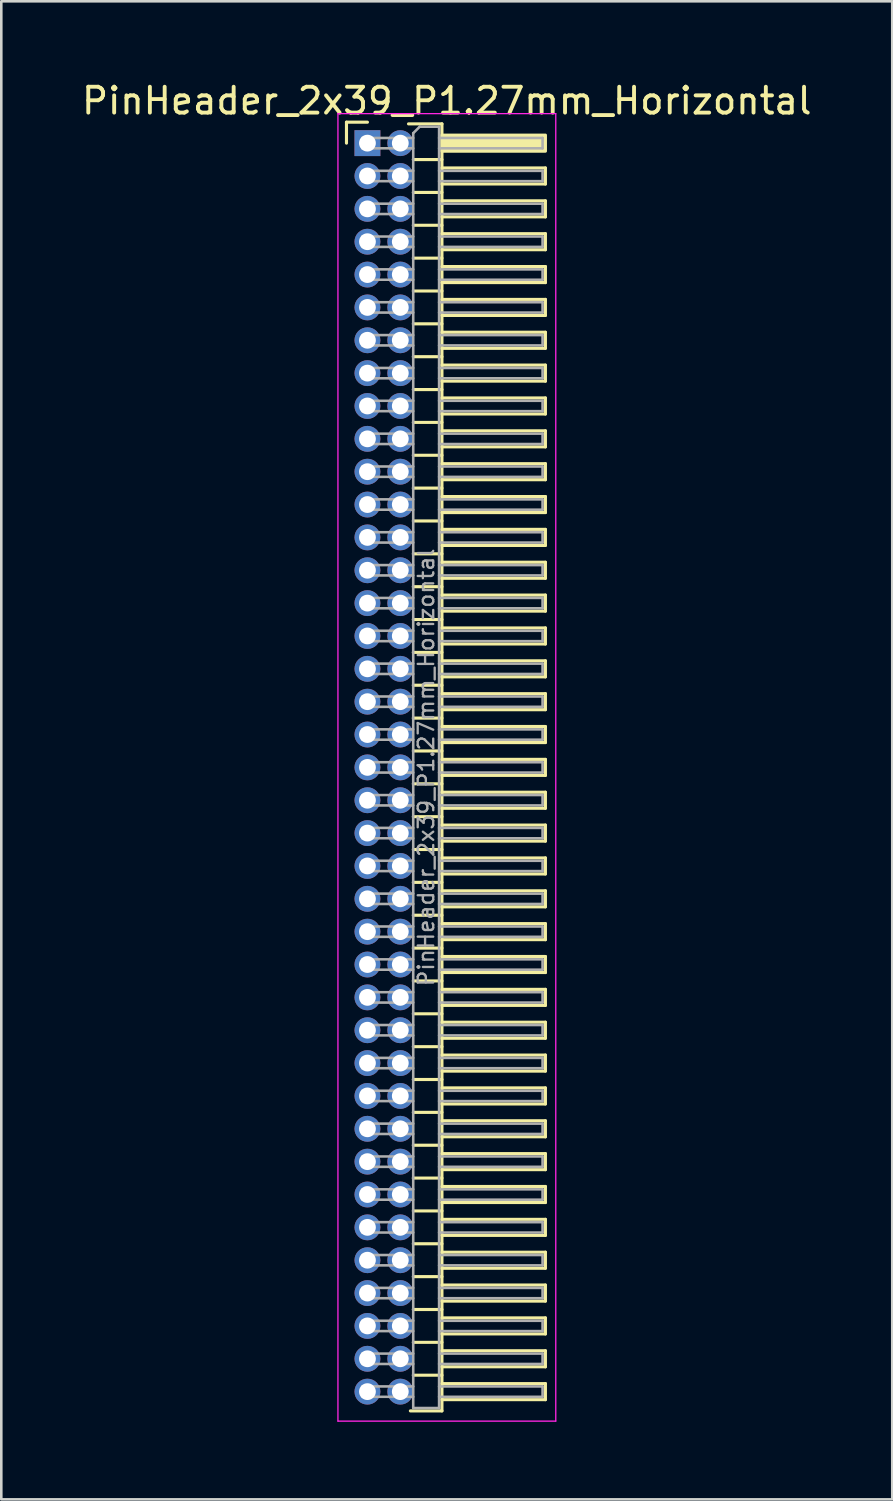
<source format=kicad_pcb>
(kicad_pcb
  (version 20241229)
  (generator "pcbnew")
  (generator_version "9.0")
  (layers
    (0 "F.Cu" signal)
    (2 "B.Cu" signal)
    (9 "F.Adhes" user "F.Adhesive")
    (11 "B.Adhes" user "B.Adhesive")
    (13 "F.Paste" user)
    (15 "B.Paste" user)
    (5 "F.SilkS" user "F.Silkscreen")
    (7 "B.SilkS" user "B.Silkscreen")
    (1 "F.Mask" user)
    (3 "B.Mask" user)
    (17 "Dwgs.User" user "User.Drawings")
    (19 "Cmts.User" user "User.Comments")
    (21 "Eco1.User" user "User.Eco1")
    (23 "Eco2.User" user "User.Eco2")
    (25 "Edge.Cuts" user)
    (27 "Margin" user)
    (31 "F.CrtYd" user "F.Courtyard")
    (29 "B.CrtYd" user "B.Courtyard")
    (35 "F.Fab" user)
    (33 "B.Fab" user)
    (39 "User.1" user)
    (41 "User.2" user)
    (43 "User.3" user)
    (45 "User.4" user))
  (footprint "PinHeader_2x39_P1.27mm_Horizontal"
    (layer "F.Cu")
    (at 11.153 2.483)
    (property "Reference" "PinHeader_2x39_P1.27mm_Horizontal" (at 3.067 -1.635 0) (layer "F.SilkS") (effects (font (size 1 1) (thickness 0.15))))
    (attr through_hole)
    (fp_line (start -0.81 -0.81) (end 0 -0.81) (stroke (width 0.12) (type solid)) (layer "F.SilkS"))
    (fp_line (start -0.81 0) (end -0.81 -0.81) (stroke (width 0.12) (type solid)) (layer "F.SilkS"))
    (fp_line (start 1.588 -0.745) (end 2.88 -0.745) (stroke (width 0.12) (type solid)) (layer "F.SilkS"))
    (fp_line (start 1.773 0.635) (end 2.88 0.635) (stroke (width 0.12) (type solid)) (layer "F.SilkS"))
    (fp_line (start 1.773 1.905) (end 2.88 1.905) (stroke (width 0.12) (type solid)) (layer "F.SilkS"))
    (fp_line (start 1.773 3.175) (end 2.88 3.175) (stroke (width 0.12) (type solid)) (layer "F.SilkS"))
    (fp_line (start 1.773 4.445) (end 2.88 4.445) (stroke (width 0.12) (type solid)) (layer "F.SilkS"))
    (fp_line (start 1.773 5.715) (end 2.88 5.715) (stroke (width 0.12) (type solid)) (layer "F.SilkS"))
    (fp_line (start 1.773 6.985) (end 2.88 6.985) (stroke (width 0.12) (type solid)) (layer "F.SilkS"))
    (fp_line (start 1.773 8.255) (end 2.88 8.255) (stroke (width 0.12) (type solid)) (layer "F.SilkS"))
    (fp_line (start 1.773 9.525) (end 2.88 9.525) (stroke (width 0.12) (type solid)) (layer "F.SilkS"))
    (fp_line (start 1.773 10.795) (end 2.88 10.795) (stroke (width 0.12) (type solid)) (layer "F.SilkS"))
    (fp_line (start 1.773 12.065) (end 2.88 12.065) (stroke (width 0.12) (type solid)) (layer "F.SilkS"))
    (fp_line (start 1.773 13.335) (end 2.88 13.335) (stroke (width 0.12) (type solid)) (layer "F.SilkS"))
    (fp_line (start 1.773 14.605) (end 2.88 14.605) (stroke (width 0.12) (type solid)) (layer "F.SilkS"))
    (fp_line (start 1.773 15.875) (end 2.88 15.875) (stroke (width 0.12) (type solid)) (layer "F.SilkS"))
    (fp_line (start 1.773 17.145) (end 2.88 17.145) (stroke (width 0.12) (type solid)) (layer "F.SilkS"))
    (fp_line (start 1.773 18.415) (end 2.88 18.415) (stroke (width 0.12) (type solid)) (layer "F.SilkS"))
    (fp_line (start 1.773 19.685) (end 2.88 19.685) (stroke (width 0.12) (type solid)) (layer "F.SilkS"))
    (fp_line (start 1.773 20.955) (end 2.88 20.955) (stroke (width 0.12) (type solid)) (layer "F.SilkS"))
    (fp_line (start 1.773 22.225) (end 2.88 22.225) (stroke (width 0.12) (type solid)) (layer "F.SilkS"))
    (fp_line (start 1.773 23.495) (end 2.88 23.495) (stroke (width 0.12) (type solid)) (layer "F.SilkS"))
    (fp_line (start 1.773 24.765) (end 2.88 24.765) (stroke (width 0.12) (type solid)) (layer "F.SilkS"))
    (fp_line (start 1.773 26.035) (end 2.88 26.035) (stroke (width 0.12) (type solid)) (layer "F.SilkS"))
    (fp_line (start 1.773 27.305) (end 2.88 27.305) (stroke (width 0.12) (type solid)) (layer "F.SilkS"))
    (fp_line (start 1.773 28.575) (end 2.88 28.575) (stroke (width 0.12) (type solid)) (layer "F.SilkS"))
    (fp_line (start 1.773 29.845) (end 2.88 29.845) (stroke (width 0.12) (type solid)) (layer "F.SilkS"))
    (fp_line (start 1.773 31.115) (end 2.88 31.115) (stroke (width 0.12) (type solid)) (layer "F.SilkS"))
    (fp_line (start 1.773 32.385) (end 2.88 32.385) (stroke (width 0.12) (type solid)) (layer "F.SilkS"))
    (fp_line (start 1.773 33.655) (end 2.88 33.655) (stroke (width 0.12) (type solid)) (layer "F.SilkS"))
    (fp_line (start 1.773 34.925) (end 2.88 34.925) (stroke (width 0.12) (type solid)) (layer "F.SilkS"))
    (fp_line (start 1.773 36.195) (end 2.88 36.195) (stroke (width 0.12) (type solid)) (layer "F.SilkS"))
    (fp_line (start 1.773 37.465) (end 2.88 37.465) (stroke (width 0.12) (type solid)) (layer "F.SilkS"))
    (fp_line (start 1.773 38.735) (end 2.88 38.735) (stroke (width 0.12) (type solid)) (layer "F.SilkS"))
    (fp_line (start 1.773 40.005) (end 2.88 40.005) (stroke (width 0.12) (type solid)) (layer "F.SilkS"))
    (fp_line (start 1.773 41.275) (end 2.88 41.275) (stroke (width 0.12) (type solid)) (layer "F.SilkS"))
    (fp_line (start 1.773 42.545) (end 2.88 42.545) (stroke (width 0.12) (type solid)) (layer "F.SilkS"))
    (fp_line (start 1.773 43.815) (end 2.88 43.815) (stroke (width 0.12) (type solid)) (layer "F.SilkS"))
    (fp_line (start 1.773 45.085) (end 2.88 45.085) (stroke (width 0.12) (type solid)) (layer "F.SilkS"))
    (fp_line (start 1.773 46.355) (end 2.88 46.355) (stroke (width 0.12) (type solid)) (layer "F.SilkS"))
    (fp_line (start 1.773 47.625) (end 2.88 47.625) (stroke (width 0.12) (type solid)) (layer "F.SilkS"))
    (fp_line (start 2.88 -0.745) (end 2.88 49.005) (stroke (width 0.12) (type solid)) (layer "F.SilkS"))
    (fp_line (start 2.88 0.96) (end 6.88 0.96) (stroke (width 0.12) (type solid)) (layer "F.SilkS"))
    (fp_line (start 2.88 2.23) (end 6.88 2.23) (stroke (width 0.12) (type solid)) (layer "F.SilkS"))
    (fp_line (start 2.88 3.5) (end 6.88 3.5) (stroke (width 0.12) (type solid)) (layer "F.SilkS"))
    (fp_line (start 2.88 4.77) (end 6.88 4.77) (stroke (width 0.12) (type solid)) (layer "F.SilkS"))
    (fp_line (start 2.88 6.04) (end 6.88 6.04) (stroke (width 0.12) (type solid)) (layer "F.SilkS"))
    (fp_line (start 2.88 7.31) (end 6.88 7.31) (stroke (width 0.12) (type solid)) (layer "F.SilkS"))
    (fp_line (start 2.88 8.58) (end 6.88 8.58) (stroke (width 0.12) (type solid)) (layer "F.SilkS"))
    (fp_line (start 2.88 9.85) (end 6.88 9.85) (stroke (width 0.12) (type solid)) (layer "F.SilkS"))
    (fp_line (start 2.88 11.12) (end 6.88 11.12) (stroke (width 0.12) (type solid)) (layer "F.SilkS"))
    (fp_line (start 2.88 12.39) (end 6.88 12.39) (stroke (width 0.12) (type solid)) (layer "F.SilkS"))
    (fp_line (start 2.88 13.66) (end 6.88 13.66) (stroke (width 0.12) (type solid)) (layer "F.SilkS"))
    (fp_line (start 2.88 14.93) (end 6.88 14.93) (stroke (width 0.12) (type solid)) (layer "F.SilkS"))
    (fp_line (start 2.88 16.2) (end 6.88 16.2) (stroke (width 0.12) (type solid)) (layer "F.SilkS"))
    (fp_line (start 2.88 17.47) (end 6.88 17.47) (stroke (width 0.12) (type solid)) (layer "F.SilkS"))
    (fp_line (start 2.88 18.74) (end 6.88 18.74) (stroke (width 0.12) (type solid)) (layer "F.SilkS"))
    (fp_line (start 2.88 20.01) (end 6.88 20.01) (stroke (width 0.12) (type solid)) (layer "F.SilkS"))
    (fp_line (start 2.88 21.28) (end 6.88 21.28) (stroke (width 0.12) (type solid)) (layer "F.SilkS"))
    (fp_line (start 2.88 22.55) (end 6.88 22.55) (stroke (width 0.12) (type solid)) (layer "F.SilkS"))
    (fp_line (start 2.88 23.82) (end 6.88 23.82) (stroke (width 0.12) (type solid)) (layer "F.SilkS"))
    (fp_line (start 2.88 25.09) (end 6.88 25.09) (stroke (width 0.12) (type solid)) (layer "F.SilkS"))
    (fp_line (start 2.88 26.36) (end 6.88 26.36) (stroke (width 0.12) (type solid)) (layer "F.SilkS"))
    (fp_line (start 2.88 27.63) (end 6.88 27.63) (stroke (width 0.12) (type solid)) (layer "F.SilkS"))
    (fp_line (start 2.88 28.9) (end 6.88 28.9) (stroke (width 0.12) (type solid)) (layer "F.SilkS"))
    (fp_line (start 2.88 30.17) (end 6.88 30.17) (stroke (width 0.12) (type solid)) (layer "F.SilkS"))
    (fp_line (start 2.88 31.44) (end 6.88 31.44) (stroke (width 0.12) (type solid)) (layer "F.SilkS"))
    (fp_line (start 2.88 32.71) (end 6.88 32.71) (stroke (width 0.12) (type solid)) (layer "F.SilkS"))
    (fp_line (start 2.88 33.98) (end 6.88 33.98) (stroke (width 0.12) (type solid)) (layer "F.SilkS"))
    (fp_line (start 2.88 35.25) (end 6.88 35.25) (stroke (width 0.12) (type solid)) (layer "F.SilkS"))
    (fp_line (start 2.88 36.52) (end 6.88 36.52) (stroke (width 0.12) (type solid)) (layer "F.SilkS"))
    (fp_line (start 2.88 37.79) (end 6.88 37.79) (stroke (width 0.12) (type solid)) (layer "F.SilkS"))
    (fp_line (start 2.88 39.06) (end 6.88 39.06) (stroke (width 0.12) (type solid)) (layer "F.SilkS"))
    (fp_line (start 2.88 40.33) (end 6.88 40.33) (stroke (width 0.12) (type solid)) (layer "F.SilkS"))
    (fp_line (start 2.88 41.6) (end 6.88 41.6) (stroke (width 0.12) (type solid)) (layer "F.SilkS"))
    (fp_line (start 2.88 42.87) (end 6.88 42.87) (stroke (width 0.12) (type solid)) (layer "F.SilkS"))
    (fp_line (start 2.88 44.14) (end 6.88 44.14) (stroke (width 0.12) (type solid)) (layer "F.SilkS"))
    (fp_line (start 2.88 45.41) (end 6.88 45.41) (stroke (width 0.12) (type solid)) (layer "F.SilkS"))
    (fp_line (start 2.88 46.68) (end 6.88 46.68) (stroke (width 0.12) (type solid)) (layer "F.SilkS"))
    (fp_line (start 2.88 47.95) (end 6.88 47.95) (stroke (width 0.12) (type solid)) (layer "F.SilkS"))
    (fp_line (start 2.88 49.005) (end 1.66 49.005) (stroke (width 0.12) (type solid)) (layer "F.SilkS"))
    (fp_line (start 6.88 0.96) (end 6.88 1.58) (stroke (width 0.12) (type solid)) (layer "F.SilkS"))
    (fp_line (start 6.88 1.58) (end 2.88 1.58) (stroke (width 0.12) (type solid)) (layer "F.SilkS"))
    (fp_line (start 6.88 2.23) (end 6.88 2.85) (stroke (width 0.12) (type solid)) (layer "F.SilkS"))
    (fp_line (start 6.88 2.85) (end 2.88 2.85) (stroke (width 0.12) (type solid)) (layer "F.SilkS"))
    (fp_line (start 6.88 3.5) (end 6.88 4.12) (stroke (width 0.12) (type solid)) (layer "F.SilkS"))
    (fp_line (start 6.88 4.12) (end 2.88 4.12) (stroke (width 0.12) (type solid)) (layer "F.SilkS"))
    (fp_line (start 6.88 4.77) (end 6.88 5.39) (stroke (width 0.12) (type solid)) (layer "F.SilkS"))
    (fp_line (start 6.88 5.39) (end 2.88 5.39) (stroke (width 0.12) (type solid)) (layer "F.SilkS"))
    (fp_line (start 6.88 6.04) (end 6.88 6.66) (stroke (width 0.12) (type solid)) (layer "F.SilkS"))
    (fp_line (start 6.88 6.66) (end 2.88 6.66) (stroke (width 0.12) (type solid)) (layer "F.SilkS"))
    (fp_line (start 6.88 7.31) (end 6.88 7.93) (stroke (width 0.12) (type solid)) (layer "F.SilkS"))
    (fp_line (start 6.88 7.93) (end 2.88 7.93) (stroke (width 0.12) (type solid)) (layer "F.SilkS"))
    (fp_line (start 6.88 8.58) (end 6.88 9.2) (stroke (width 0.12) (type solid)) (layer "F.SilkS"))
    (fp_line (start 6.88 9.2) (end 2.88 9.2) (stroke (width 0.12) (type solid)) (layer "F.SilkS"))
    (fp_line (start 6.88 9.85) (end 6.88 10.47) (stroke (width 0.12) (type solid)) (layer "F.SilkS"))
    (fp_line (start 6.88 10.47) (end 2.88 10.47) (stroke (width 0.12) (type solid)) (layer "F.SilkS"))
    (fp_line (start 6.88 11.12) (end 6.88 11.74) (stroke (width 0.12) (type solid)) (layer "F.SilkS"))
    (fp_line (start 6.88 11.74) (end 2.88 11.74) (stroke (width 0.12) (type solid)) (layer "F.SilkS"))
    (fp_line (start 6.88 12.39) (end 6.88 13.01) (stroke (width 0.12) (type solid)) (layer "F.SilkS"))
    (fp_line (start 6.88 13.01) (end 2.88 13.01) (stroke (width 0.12) (type solid)) (layer "F.SilkS"))
    (fp_line (start 6.88 13.66) (end 6.88 14.28) (stroke (width 0.12) (type solid)) (layer "F.SilkS"))
    (fp_line (start 6.88 14.28) (end 2.88 14.28) (stroke (width 0.12) (type solid)) (layer "F.SilkS"))
    (fp_line (start 6.88 14.93) (end 6.88 15.55) (stroke (width 0.12) (type solid)) (layer "F.SilkS"))
    (fp_line (start 6.88 15.55) (end 2.88 15.55) (stroke (width 0.12) (type solid)) (layer "F.SilkS"))
    (fp_line (start 6.88 16.2) (end 6.88 16.82) (stroke (width 0.12) (type solid)) (layer "F.SilkS"))
    (fp_line (start 6.88 16.82) (end 2.88 16.82) (stroke (width 0.12) (type solid)) (layer "F.SilkS"))
    (fp_line (start 6.88 17.47) (end 6.88 18.09) (stroke (width 0.12) (type solid)) (layer "F.SilkS"))
    (fp_line (start 6.88 18.09) (end 2.88 18.09) (stroke (width 0.12) (type solid)) (layer "F.SilkS"))
    (fp_line (start 6.88 18.74) (end 6.88 19.36) (stroke (width 0.12) (type solid)) (layer "F.SilkS"))
    (fp_line (start 6.88 19.36) (end 2.88 19.36) (stroke (width 0.12) (type solid)) (layer "F.SilkS"))
    (fp_line (start 6.88 20.01) (end 6.88 20.63) (stroke (width 0.12) (type solid)) (layer "F.SilkS"))
    (fp_line (start 6.88 20.63) (end 2.88 20.63) (stroke (width 0.12) (type solid)) (layer "F.SilkS"))
    (fp_line (start 6.88 21.28) (end 6.88 21.9) (stroke (width 0.12) (type solid)) (layer "F.SilkS"))
    (fp_line (start 6.88 21.9) (end 2.88 21.9) (stroke (width 0.12) (type solid)) (layer "F.SilkS"))
    (fp_line (start 6.88 22.55) (end 6.88 23.17) (stroke (width 0.12) (type solid)) (layer "F.SilkS"))
    (fp_line (start 6.88 23.17) (end 2.88 23.17) (stroke (width 0.12) (type solid)) (layer "F.SilkS"))
    (fp_line (start 6.88 23.82) (end 6.88 24.44) (stroke (width 0.12) (type solid)) (layer "F.SilkS"))
    (fp_line (start 6.88 24.44) (end 2.88 24.44) (stroke (width 0.12) (type solid)) (layer "F.SilkS"))
    (fp_line (start 6.88 25.09) (end 6.88 25.71) (stroke (width 0.12) (type solid)) (layer "F.SilkS"))
    (fp_line (start 6.88 25.71) (end 2.88 25.71) (stroke (width 0.12) (type solid)) (layer "F.SilkS"))
    (fp_line (start 6.88 26.36) (end 6.88 26.98) (stroke (width 0.12) (type solid)) (layer "F.SilkS"))
    (fp_line (start 6.88 26.98) (end 2.88 26.98) (stroke (width 0.12) (type solid)) (layer "F.SilkS"))
    (fp_line (start 6.88 27.63) (end 6.88 28.25) (stroke (width 0.12) (type solid)) (layer "F.SilkS"))
    (fp_line (start 6.88 28.25) (end 2.88 28.25) (stroke (width 0.12) (type solid)) (layer "F.SilkS"))
    (fp_line (start 6.88 28.9) (end 6.88 29.52) (stroke (width 0.12) (type solid)) (layer "F.SilkS"))
    (fp_line (start 6.88 29.52) (end 2.88 29.52) (stroke (width 0.12) (type solid)) (layer "F.SilkS"))
    (fp_line (start 6.88 30.17) (end 6.88 30.79) (stroke (width 0.12) (type solid)) (layer "F.SilkS"))
    (fp_line (start 6.88 30.79) (end 2.88 30.79) (stroke (width 0.12) (type solid)) (layer "F.SilkS"))
    (fp_line (start 6.88 31.44) (end 6.88 32.06) (stroke (width 0.12) (type solid)) (layer "F.SilkS"))
    (fp_line (start 6.88 32.06) (end 2.88 32.06) (stroke (width 0.12) (type solid)) (layer "F.SilkS"))
    (fp_line (start 6.88 32.71) (end 6.88 33.33) (stroke (width 0.12) (type solid)) (layer "F.SilkS"))
    (fp_line (start 6.88 33.33) (end 2.88 33.33) (stroke (width 0.12) (type solid)) (layer "F.SilkS"))
    (fp_line (start 6.88 33.98) (end 6.88 34.6) (stroke (width 0.12) (type solid)) (layer "F.SilkS"))
    (fp_line (start 6.88 34.6) (end 2.88 34.6) (stroke (width 0.12) (type solid)) (layer "F.SilkS"))
    (fp_line (start 6.88 35.25) (end 6.88 35.87) (stroke (width 0.12) (type solid)) (layer "F.SilkS"))
    (fp_line (start 6.88 35.87) (end 2.88 35.87) (stroke (width 0.12) (type solid)) (layer "F.SilkS"))
    (fp_line (start 6.88 36.52) (end 6.88 37.14) (stroke (width 0.12) (type solid)) (layer "F.SilkS"))
    (fp_line (start 6.88 37.14) (end 2.88 37.14) (stroke (width 0.12) (type solid)) (layer "F.SilkS"))
    (fp_line (start 6.88 37.79) (end 6.88 38.41) (stroke (width 0.12) (type solid)) (layer "F.SilkS"))
    (fp_line (start 6.88 38.41) (end 2.88 38.41) (stroke (width 0.12) (type solid)) (layer "F.SilkS"))
    (fp_line (start 6.88 39.06) (end 6.88 39.68) (stroke (width 0.12) (type solid)) (layer "F.SilkS"))
    (fp_line (start 6.88 39.68) (end 2.88 39.68) (stroke (width 0.12) (type solid)) (layer "F.SilkS"))
    (fp_line (start 6.88 40.33) (end 6.88 40.95) (stroke (width 0.12) (type solid)) (layer "F.SilkS"))
    (fp_line (start 6.88 40.95) (end 2.88 40.95) (stroke (width 0.12) (type solid)) (layer "F.SilkS"))
    (fp_line (start 6.88 41.6) (end 6.88 42.22) (stroke (width 0.12) (type solid)) (layer "F.SilkS"))
    (fp_line (start 6.88 42.22) (end 2.88 42.22) (stroke (width 0.12) (type solid)) (layer "F.SilkS"))
    (fp_line (start 6.88 42.87) (end 6.88 43.49) (stroke (width 0.12) (type solid)) (layer "F.SilkS"))
    (fp_line (start 6.88 43.49) (end 2.88 43.49) (stroke (width 0.12) (type solid)) (layer "F.SilkS"))
    (fp_line (start 6.88 44.14) (end 6.88 44.76) (stroke (width 0.12) (type solid)) (layer "F.SilkS"))
    (fp_line (start 6.88 44.76) (end 2.88 44.76) (stroke (width 0.12) (type solid)) (layer "F.SilkS"))
    (fp_line (start 6.88 45.41) (end 6.88 46.03) (stroke (width 0.12) (type solid)) (layer "F.SilkS"))
    (fp_line (start 6.88 46.03) (end 2.88 46.03) (stroke (width 0.12) (type solid)) (layer "F.SilkS"))
    (fp_line (start 6.88 46.68) (end 6.88 47.3) (stroke (width 0.12) (type solid)) (layer "F.SilkS"))
    (fp_line (start 6.88 47.3) (end 2.88 47.3) (stroke (width 0.12) (type solid)) (layer "F.SilkS"))
    (fp_line (start 6.88 47.95) (end 6.88 48.57) (stroke (width 0.12) (type solid)) (layer "F.SilkS"))
    (fp_line (start 6.88 48.57) (end 2.88 48.57) (stroke (width 0.12) (type solid)) (layer "F.SilkS"))
    (fp_rect (start 2.88 -0.31) (end 6.88 0.31) (stroke (width 0.12) (type solid)) (fill yes) (layer "F.SilkS"))
    (fp_line (start -1.14 -1.14) (end -1.14 49.4) (stroke (width 0.05) (type solid)) (layer "F.CrtYd"))
    (fp_line (start -1.14 49.4) (end 7.28 49.4) (stroke (width 0.05) (type solid)) (layer "F.CrtYd"))
    (fp_line (start 7.28 -1.14) (end -1.14 -1.14) (stroke (width 0.05) (type solid)) (layer "F.CrtYd"))
    (fp_line (start 7.28 49.4) (end 7.28 -1.14) (stroke (width 0.05) (type solid)) (layer "F.CrtYd"))
    (fp_line (start -0.2 -0.2) (end -0.2 0.2) (stroke (width 0.1) (type solid)) (layer "F.Fab"))
    (fp_line (start -0.2 -0.2) (end 1.77 -0.2) (stroke (width 0.1) (type solid)) (layer "F.Fab"))
    (fp_line (start -0.2 0.2) (end 1.77 0.2) (stroke (width 0.1) (type solid)) (layer "F.Fab"))
    (fp_line (start -0.2 1.07) (end -0.2 1.47) (stroke (width 0.1) (type solid)) (layer "F.Fab"))
    (fp_line (start -0.2 1.07) (end 1.77 1.07) (stroke (width 0.1) (type solid)) (layer "F.Fab"))
    (fp_line (start -0.2 1.47) (end 1.77 1.47) (stroke (width 0.1) (type solid)) (layer "F.Fab"))
    (fp_line (start -0.2 2.34) (end -0.2 2.74) (stroke (width 0.1) (type solid)) (layer "F.Fab"))
    (fp_line (start -0.2 2.34) (end 1.77 2.34) (stroke (width 0.1) (type solid)) (layer "F.Fab"))
    (fp_line (start -0.2 2.74) (end 1.77 2.74) (stroke (width 0.1) (type solid)) (layer "F.Fab"))
    (fp_line (start -0.2 3.61) (end -0.2 4.01) (stroke (width 0.1) (type solid)) (layer "F.Fab"))
    (fp_line (start -0.2 3.61) (end 1.77 3.61) (stroke (width 0.1) (type solid)) (layer "F.Fab"))
    (fp_line (start -0.2 4.01) (end 1.77 4.01) (stroke (width 0.1) (type solid)) (layer "F.Fab"))
    (fp_line (start -0.2 4.88) (end -0.2 5.28) (stroke (width 0.1) (type solid)) (layer "F.Fab"))
    (fp_line (start -0.2 4.88) (end 1.77 4.88) (stroke (width 0.1) (type solid)) (layer "F.Fab"))
    (fp_line (start -0.2 5.28) (end 1.77 5.28) (stroke (width 0.1) (type solid)) (layer "F.Fab"))
    (fp_line (start -0.2 6.15) (end -0.2 6.55) (stroke (width 0.1) (type solid)) (layer "F.Fab"))
    (fp_line (start -0.2 6.15) (end 1.77 6.15) (stroke (width 0.1) (type solid)) (layer "F.Fab"))
    (fp_line (start -0.2 6.55) (end 1.77 6.55) (stroke (width 0.1) (type solid)) (layer "F.Fab"))
    (fp_line (start -0.2 7.42) (end -0.2 7.82) (stroke (width 0.1) (type solid)) (layer "F.Fab"))
    (fp_line (start -0.2 7.42) (end 1.77 7.42) (stroke (width 0.1) (type solid)) (layer "F.Fab"))
    (fp_line (start -0.2 7.82) (end 1.77 7.82) (stroke (width 0.1) (type solid)) (layer "F.Fab"))
    (fp_line (start -0.2 8.69) (end -0.2 9.09) (stroke (width 0.1) (type solid)) (layer "F.Fab"))
    (fp_line (start -0.2 8.69) (end 1.77 8.69) (stroke (width 0.1) (type solid)) (layer "F.Fab"))
    (fp_line (start -0.2 9.09) (end 1.77 9.09) (stroke (width 0.1) (type solid)) (layer "F.Fab"))
    (fp_line (start -0.2 9.96) (end -0.2 10.36) (stroke (width 0.1) (type solid)) (layer "F.Fab"))
    (fp_line (start -0.2 9.96) (end 1.77 9.96) (stroke (width 0.1) (type solid)) (layer "F.Fab"))
    (fp_line (start -0.2 10.36) (end 1.77 10.36) (stroke (width 0.1) (type solid)) (layer "F.Fab"))
    (fp_line (start -0.2 11.23) (end -0.2 11.63) (stroke (width 0.1) (type solid)) (layer "F.Fab"))
    (fp_line (start -0.2 11.23) (end 1.77 11.23) (stroke (width 0.1) (type solid)) (layer "F.Fab"))
    (fp_line (start -0.2 11.63) (end 1.77 11.63) (stroke (width 0.1) (type solid)) (layer "F.Fab"))
    (fp_line (start -0.2 12.5) (end -0.2 12.9) (stroke (width 0.1) (type solid)) (layer "F.Fab"))
    (fp_line (start -0.2 12.5) (end 1.77 12.5) (stroke (width 0.1) (type solid)) (layer "F.Fab"))
    (fp_line (start -0.2 12.9) (end 1.77 12.9) (stroke (width 0.1) (type solid)) (layer "F.Fab"))
    (fp_line (start -0.2 13.77) (end -0.2 14.17) (stroke (width 0.1) (type solid)) (layer "F.Fab"))
    (fp_line (start -0.2 13.77) (end 1.77 13.77) (stroke (width 0.1) (type solid)) (layer "F.Fab"))
    (fp_line (start -0.2 14.17) (end 1.77 14.17) (stroke (width 0.1) (type solid)) (layer "F.Fab"))
    (fp_line (start -0.2 15.04) (end -0.2 15.44) (stroke (width 0.1) (type solid)) (layer "F.Fab"))
    (fp_line (start -0.2 15.04) (end 1.77 15.04) (stroke (width 0.1) (type solid)) (layer "F.Fab"))
    (fp_line (start -0.2 15.44) (end 1.77 15.44) (stroke (width 0.1) (type solid)) (layer "F.Fab"))
    (fp_line (start -0.2 16.31) (end -0.2 16.71) (stroke (width 0.1) (type solid)) (layer "F.Fab"))
    (fp_line (start -0.2 16.31) (end 1.77 16.31) (stroke (width 0.1) (type solid)) (layer "F.Fab"))
    (fp_line (start -0.2 16.71) (end 1.77 16.71) (stroke (width 0.1) (type solid)) (layer "F.Fab"))
    (fp_line (start -0.2 17.58) (end -0.2 17.98) (stroke (width 0.1) (type solid)) (layer "F.Fab"))
    (fp_line (start -0.2 17.58) (end 1.77 17.58) (stroke (width 0.1) (type solid)) (layer "F.Fab"))
    (fp_line (start -0.2 17.98) (end 1.77 17.98) (stroke (width 0.1) (type solid)) (layer "F.Fab"))
    (fp_line (start -0.2 18.85) (end -0.2 19.25) (stroke (width 0.1) (type solid)) (layer "F.Fab"))
    (fp_line (start -0.2 18.85) (end 1.77 18.85) (stroke (width 0.1) (type solid)) (layer "F.Fab"))
    (fp_line (start -0.2 19.25) (end 1.77 19.25) (stroke (width 0.1) (type solid)) (layer "F.Fab"))
    (fp_line (start -0.2 20.12) (end -0.2 20.52) (stroke (width 0.1) (type solid)) (layer "F.Fab"))
    (fp_line (start -0.2 20.12) (end 1.77 20.12) (stroke (width 0.1) (type solid)) (layer "F.Fab"))
    (fp_line (start -0.2 20.52) (end 1.77 20.52) (stroke (width 0.1) (type solid)) (layer "F.Fab"))
    (fp_line (start -0.2 21.39) (end -0.2 21.79) (stroke (width 0.1) (type solid)) (layer "F.Fab"))
    (fp_line (start -0.2 21.39) (end 1.77 21.39) (stroke (width 0.1) (type solid)) (layer "F.Fab"))
    (fp_line (start -0.2 21.79) (end 1.77 21.79) (stroke (width 0.1) (type solid)) (layer "F.Fab"))
    (fp_line (start -0.2 22.66) (end -0.2 23.06) (stroke (width 0.1) (type solid)) (layer "F.Fab"))
    (fp_line (start -0.2 22.66) (end 1.77 22.66) (stroke (width 0.1) (type solid)) (layer "F.Fab"))
    (fp_line (start -0.2 23.06) (end 1.77 23.06) (stroke (width 0.1) (type solid)) (layer "F.Fab"))
    (fp_line (start -0.2 23.93) (end -0.2 24.33) (stroke (width 0.1) (type solid)) (layer "F.Fab"))
    (fp_line (start -0.2 23.93) (end 1.77 23.93) (stroke (width 0.1) (type solid)) (layer "F.Fab"))
    (fp_line (start -0.2 24.33) (end 1.77 24.33) (stroke (width 0.1) (type solid)) (layer "F.Fab"))
    (fp_line (start -0.2 25.2) (end -0.2 25.6) (stroke (width 0.1) (type solid)) (layer "F.Fab"))
    (fp_line (start -0.2 25.2) (end 1.77 25.2) (stroke (width 0.1) (type solid)) (layer "F.Fab"))
    (fp_line (start -0.2 25.6) (end 1.77 25.6) (stroke (width 0.1) (type solid)) (layer "F.Fab"))
    (fp_line (start -0.2 26.47) (end -0.2 26.87) (stroke (width 0.1) (type solid)) (layer "F.Fab"))
    (fp_line (start -0.2 26.47) (end 1.77 26.47) (stroke (width 0.1) (type solid)) (layer "F.Fab"))
    (fp_line (start -0.2 26.87) (end 1.77 26.87) (stroke (width 0.1) (type solid)) (layer "F.Fab"))
    (fp_line (start -0.2 27.74) (end -0.2 28.14) (stroke (width 0.1) (type solid)) (layer "F.Fab"))
    (fp_line (start -0.2 27.74) (end 1.77 27.74) (stroke (width 0.1) (type solid)) (layer "F.Fab"))
    (fp_line (start -0.2 28.14) (end 1.77 28.14) (stroke (width 0.1) (type solid)) (layer "F.Fab"))
    (fp_line (start -0.2 29.01) (end -0.2 29.41) (stroke (width 0.1) (type solid)) (layer "F.Fab"))
    (fp_line (start -0.2 29.01) (end 1.77 29.01) (stroke (width 0.1) (type solid)) (layer "F.Fab"))
    (fp_line (start -0.2 29.41) (end 1.77 29.41) (stroke (width 0.1) (type solid)) (layer "F.Fab"))
    (fp_line (start -0.2 30.28) (end -0.2 30.68) (stroke (width 0.1) (type solid)) (layer "F.Fab"))
    (fp_line (start -0.2 30.28) (end 1.77 30.28) (stroke (width 0.1) (type solid)) (layer "F.Fab"))
    (fp_line (start -0.2 30.68) (end 1.77 30.68) (stroke (width 0.1) (type solid)) (layer "F.Fab"))
    (fp_line (start -0.2 31.55) (end -0.2 31.95) (stroke (width 0.1) (type solid)) (layer "F.Fab"))
    (fp_line (start -0.2 31.55) (end 1.77 31.55) (stroke (width 0.1) (type solid)) (layer "F.Fab"))
    (fp_line (start -0.2 31.95) (end 1.77 31.95) (stroke (width 0.1) (type solid)) (layer "F.Fab"))
    (fp_line (start -0.2 32.82) (end -0.2 33.22) (stroke (width 0.1) (type solid)) (layer "F.Fab"))
    (fp_line (start -0.2 32.82) (end 1.77 32.82) (stroke (width 0.1) (type solid)) (layer "F.Fab"))
    (fp_line (start -0.2 33.22) (end 1.77 33.22) (stroke (width 0.1) (type solid)) (layer "F.Fab"))
    (fp_line (start -0.2 34.09) (end -0.2 34.49) (stroke (width 0.1) (type solid)) (layer "F.Fab"))
    (fp_line (start -0.2 34.09) (end 1.77 34.09) (stroke (width 0.1) (type solid)) (layer "F.Fab"))
    (fp_line (start -0.2 34.49) (end 1.77 34.49) (stroke (width 0.1) (type solid)) (layer "F.Fab"))
    (fp_line (start -0.2 35.36) (end -0.2 35.76) (stroke (width 0.1) (type solid)) (layer "F.Fab"))
    (fp_line (start -0.2 35.36) (end 1.77 35.36) (stroke (width 0.1) (type solid)) (layer "F.Fab"))
    (fp_line (start -0.2 35.76) (end 1.77 35.76) (stroke (width 0.1) (type solid)) (layer "F.Fab"))
    (fp_line (start -0.2 36.63) (end -0.2 37.03) (stroke (width 0.1) (type solid)) (layer "F.Fab"))
    (fp_line (start -0.2 36.63) (end 1.77 36.63) (stroke (width 0.1) (type solid)) (layer "F.Fab"))
    (fp_line (start -0.2 37.03) (end 1.77 37.03) (stroke (width 0.1) (type solid)) (layer "F.Fab"))
    (fp_line (start -0.2 37.9) (end -0.2 38.3) (stroke (width 0.1) (type solid)) (layer "F.Fab"))
    (fp_line (start -0.2 37.9) (end 1.77 37.9) (stroke (width 0.1) (type solid)) (layer "F.Fab"))
    (fp_line (start -0.2 38.3) (end 1.77 38.3) (stroke (width 0.1) (type solid)) (layer "F.Fab"))
    (fp_line (start -0.2 39.17) (end -0.2 39.57) (stroke (width 0.1) (type solid)) (layer "F.Fab"))
    (fp_line (start -0.2 39.17) (end 1.77 39.17) (stroke (width 0.1) (type solid)) (layer "F.Fab"))
    (fp_line (start -0.2 39.57) (end 1.77 39.57) (stroke (width 0.1) (type solid)) (layer "F.Fab"))
    (fp_line (start -0.2 40.44) (end -0.2 40.84) (stroke (width 0.1) (type solid)) (layer "F.Fab"))
    (fp_line (start -0.2 40.44) (end 1.77 40.44) (stroke (width 0.1) (type solid)) (layer "F.Fab"))
    (fp_line (start -0.2 40.84) (end 1.77 40.84) (stroke (width 0.1) (type solid)) (layer "F.Fab"))
    (fp_line (start -0.2 41.71) (end -0.2 42.11) (stroke (width 0.1) (type solid)) (layer "F.Fab"))
    (fp_line (start -0.2 41.71) (end 1.77 41.71) (stroke (width 0.1) (type solid)) (layer "F.Fab"))
    (fp_line (start -0.2 42.11) (end 1.77 42.11) (stroke (width 0.1) (type solid)) (layer "F.Fab"))
    (fp_line (start -0.2 42.98) (end -0.2 43.38) (stroke (width 0.1) (type solid)) (layer "F.Fab"))
    (fp_line (start -0.2 42.98) (end 1.77 42.98) (stroke (width 0.1) (type solid)) (layer "F.Fab"))
    (fp_line (start -0.2 43.38) (end 1.77 43.38) (stroke (width 0.1) (type solid)) (layer "F.Fab"))
    (fp_line (start -0.2 44.25) (end -0.2 44.65) (stroke (width 0.1) (type solid)) (layer "F.Fab"))
    (fp_line (start -0.2 44.25) (end 1.77 44.25) (stroke (width 0.1) (type solid)) (layer "F.Fab"))
    (fp_line (start -0.2 44.65) (end 1.77 44.65) (stroke (width 0.1) (type solid)) (layer "F.Fab"))
    (fp_line (start -0.2 45.52) (end -0.2 45.92) (stroke (width 0.1) (type solid)) (layer "F.Fab"))
    (fp_line (start -0.2 45.52) (end 1.77 45.52) (stroke (width 0.1) (type solid)) (layer "F.Fab"))
    (fp_line (start -0.2 45.92) (end 1.77 45.92) (stroke (width 0.1) (type solid)) (layer "F.Fab"))
    (fp_line (start -0.2 46.79) (end -0.2 47.19) (stroke (width 0.1) (type solid)) (layer "F.Fab"))
    (fp_line (start -0.2 46.79) (end 1.77 46.79) (stroke (width 0.1) (type solid)) (layer "F.Fab"))
    (fp_line (start -0.2 47.19) (end 1.77 47.19) (stroke (width 0.1) (type solid)) (layer "F.Fab"))
    (fp_line (start -0.2 48.06) (end -0.2 48.46) (stroke (width 0.1) (type solid)) (layer "F.Fab"))
    (fp_line (start -0.2 48.06) (end 1.77 48.06) (stroke (width 0.1) (type solid)) (layer "F.Fab"))
    (fp_line (start -0.2 48.46) (end 1.77 48.46) (stroke (width 0.1) (type solid)) (layer "F.Fab"))
    (fp_line (start 1.77 -0.385) (end 2.02 -0.635) (stroke (width 0.1) (type solid)) (layer "F.Fab"))
    (fp_line (start 1.77 48.895) (end 1.77 -0.385) (stroke (width 0.1) (type solid)) (layer "F.Fab"))
    (fp_line (start 2.02 -0.635) (end 2.77 -0.635) (stroke (width 0.1) (type solid)) (layer "F.Fab"))
    (fp_line (start 2.77 -0.635) (end 2.77 48.895) (stroke (width 0.1) (type solid)) (layer "F.Fab"))
    (fp_line (start 2.77 -0.2) (end 6.77 -0.2) (stroke (width 0.1) (type solid)) (layer "F.Fab"))
    (fp_line (start 2.77 0.2) (end 6.77 0.2) (stroke (width 0.1) (type solid)) (layer "F.Fab"))
    (fp_line (start 2.77 1.07) (end 6.77 1.07) (stroke (width 0.1) (type solid)) (layer "F.Fab"))
    (fp_line (start 2.77 1.47) (end 6.77 1.47) (stroke (width 0.1) (type solid)) (layer "F.Fab"))
    (fp_line (start 2.77 2.34) (end 6.77 2.34) (stroke (width 0.1) (type solid)) (layer "F.Fab"))
    (fp_line (start 2.77 2.74) (end 6.77 2.74) (stroke (width 0.1) (type solid)) (layer "F.Fab"))
    (fp_line (start 2.77 3.61) (end 6.77 3.61) (stroke (width 0.1) (type solid)) (layer "F.Fab"))
    (fp_line (start 2.77 4.01) (end 6.77 4.01) (stroke (width 0.1) (type solid)) (layer "F.Fab"))
    (fp_line (start 2.77 4.88) (end 6.77 4.88) (stroke (width 0.1) (type solid)) (layer "F.Fab"))
    (fp_line (start 2.77 5.28) (end 6.77 5.28) (stroke (width 0.1) (type solid)) (layer "F.Fab"))
    (fp_line (start 2.77 6.15) (end 6.77 6.15) (stroke (width 0.1) (type solid)) (layer "F.Fab"))
    (fp_line (start 2.77 6.55) (end 6.77 6.55) (stroke (width 0.1) (type solid)) (layer "F.Fab"))
    (fp_line (start 2.77 7.42) (end 6.77 7.42) (stroke (width 0.1) (type solid)) (layer "F.Fab"))
    (fp_line (start 2.77 7.82) (end 6.77 7.82) (stroke (width 0.1) (type solid)) (layer "F.Fab"))
    (fp_line (start 2.77 8.69) (end 6.77 8.69) (stroke (width 0.1) (type solid)) (layer "F.Fab"))
    (fp_line (start 2.77 9.09) (end 6.77 9.09) (stroke (width 0.1) (type solid)) (layer "F.Fab"))
    (fp_line (start 2.77 9.96) (end 6.77 9.96) (stroke (width 0.1) (type solid)) (layer "F.Fab"))
    (fp_line (start 2.77 10.36) (end 6.77 10.36) (stroke (width 0.1) (type solid)) (layer "F.Fab"))
    (fp_line (start 2.77 11.23) (end 6.77 11.23) (stroke (width 0.1) (type solid)) (layer "F.Fab"))
    (fp_line (start 2.77 11.63) (end 6.77 11.63) (stroke (width 0.1) (type solid)) (layer "F.Fab"))
    (fp_line (start 2.77 12.5) (end 6.77 12.5) (stroke (width 0.1) (type solid)) (layer "F.Fab"))
    (fp_line (start 2.77 12.9) (end 6.77 12.9) (stroke (width 0.1) (type solid)) (layer "F.Fab"))
    (fp_line (start 2.77 13.77) (end 6.77 13.77) (stroke (width 0.1) (type solid)) (layer "F.Fab"))
    (fp_line (start 2.77 14.17) (end 6.77 14.17) (stroke (width 0.1) (type solid)) (layer "F.Fab"))
    (fp_line (start 2.77 15.04) (end 6.77 15.04) (stroke (width 0.1) (type solid)) (layer "F.Fab"))
    (fp_line (start 2.77 15.44) (end 6.77 15.44) (stroke (width 0.1) (type solid)) (layer "F.Fab"))
    (fp_line (start 2.77 16.31) (end 6.77 16.31) (stroke (width 0.1) (type solid)) (layer "F.Fab"))
    (fp_line (start 2.77 16.71) (end 6.77 16.71) (stroke (width 0.1) (type solid)) (layer "F.Fab"))
    (fp_line (start 2.77 17.58) (end 6.77 17.58) (stroke (width 0.1) (type solid)) (layer "F.Fab"))
    (fp_line (start 2.77 17.98) (end 6.77 17.98) (stroke (width 0.1) (type solid)) (layer "F.Fab"))
    (fp_line (start 2.77 18.85) (end 6.77 18.85) (stroke (width 0.1) (type solid)) (layer "F.Fab"))
    (fp_line (start 2.77 19.25) (end 6.77 19.25) (stroke (width 0.1) (type solid)) (layer "F.Fab"))
    (fp_line (start 2.77 20.12) (end 6.77 20.12) (stroke (width 0.1) (type solid)) (layer "F.Fab"))
    (fp_line (start 2.77 20.52) (end 6.77 20.52) (stroke (width 0.1) (type solid)) (layer "F.Fab"))
    (fp_line (start 2.77 21.39) (end 6.77 21.39) (stroke (width 0.1) (type solid)) (layer "F.Fab"))
    (fp_line (start 2.77 21.79) (end 6.77 21.79) (stroke (width 0.1) (type solid)) (layer "F.Fab"))
    (fp_line (start 2.77 22.66) (end 6.77 22.66) (stroke (width 0.1) (type solid)) (layer "F.Fab"))
    (fp_line (start 2.77 23.06) (end 6.77 23.06) (stroke (width 0.1) (type solid)) (layer "F.Fab"))
    (fp_line (start 2.77 23.93) (end 6.77 23.93) (stroke (width 0.1) (type solid)) (layer "F.Fab"))
    (fp_line (start 2.77 24.33) (end 6.77 24.33) (stroke (width 0.1) (type solid)) (layer "F.Fab"))
    (fp_line (start 2.77 25.2) (end 6.77 25.2) (stroke (width 0.1) (type solid)) (layer "F.Fab"))
    (fp_line (start 2.77 25.6) (end 6.77 25.6) (stroke (width 0.1) (type solid)) (layer "F.Fab"))
    (fp_line (start 2.77 26.47) (end 6.77 26.47) (stroke (width 0.1) (type solid)) (layer "F.Fab"))
    (fp_line (start 2.77 26.87) (end 6.77 26.87) (stroke (width 0.1) (type solid)) (layer "F.Fab"))
    (fp_line (start 2.77 27.74) (end 6.77 27.74) (stroke (width 0.1) (type solid)) (layer "F.Fab"))
    (fp_line (start 2.77 28.14) (end 6.77 28.14) (stroke (width 0.1) (type solid)) (layer "F.Fab"))
    (fp_line (start 2.77 29.01) (end 6.77 29.01) (stroke (width 0.1) (type solid)) (layer "F.Fab"))
    (fp_line (start 2.77 29.41) (end 6.77 29.41) (stroke (width 0.1) (type solid)) (layer "F.Fab"))
    (fp_line (start 2.77 30.28) (end 6.77 30.28) (stroke (width 0.1) (type solid)) (layer "F.Fab"))
    (fp_line (start 2.77 30.68) (end 6.77 30.68) (stroke (width 0.1) (type solid)) (layer "F.Fab"))
    (fp_line (start 2.77 31.55) (end 6.77 31.55) (stroke (width 0.1) (type solid)) (layer "F.Fab"))
    (fp_line (start 2.77 31.95) (end 6.77 31.95) (stroke (width 0.1) (type solid)) (layer "F.Fab"))
    (fp_line (start 2.77 32.82) (end 6.77 32.82) (stroke (width 0.1) (type solid)) (layer "F.Fab"))
    (fp_line (start 2.77 33.22) (end 6.77 33.22) (stroke (width 0.1) (type solid)) (layer "F.Fab"))
    (fp_line (start 2.77 34.09) (end 6.77 34.09) (stroke (width 0.1) (type solid)) (layer "F.Fab"))
    (fp_line (start 2.77 34.49) (end 6.77 34.49) (stroke (width 0.1) (type solid)) (layer "F.Fab"))
    (fp_line (start 2.77 35.36) (end 6.77 35.36) (stroke (width 0.1) (type solid)) (layer "F.Fab"))
    (fp_line (start 2.77 35.76) (end 6.77 35.76) (stroke (width 0.1) (type solid)) (layer "F.Fab"))
    (fp_line (start 2.77 36.63) (end 6.77 36.63) (stroke (width 0.1) (type solid)) (layer "F.Fab"))
    (fp_line (start 2.77 37.03) (end 6.77 37.03) (stroke (width 0.1) (type solid)) (layer "F.Fab"))
    (fp_line (start 2.77 37.9) (end 6.77 37.9) (stroke (width 0.1) (type solid)) (layer "F.Fab"))
    (fp_line (start 2.77 38.3) (end 6.77 38.3) (stroke (width 0.1) (type solid)) (layer "F.Fab"))
    (fp_line (start 2.77 39.17) (end 6.77 39.17) (stroke (width 0.1) (type solid)) (layer "F.Fab"))
    (fp_line (start 2.77 39.57) (end 6.77 39.57) (stroke (width 0.1) (type solid)) (layer "F.Fab"))
    (fp_line (start 2.77 40.44) (end 6.77 40.44) (stroke (width 0.1) (type solid)) (layer "F.Fab"))
    (fp_line (start 2.77 40.84) (end 6.77 40.84) (stroke (width 0.1) (type solid)) (layer "F.Fab"))
    (fp_line (start 2.77 41.71) (end 6.77 41.71) (stroke (width 0.1) (type solid)) (layer "F.Fab"))
    (fp_line (start 2.77 42.11) (end 6.77 42.11) (stroke (width 0.1) (type solid)) (layer "F.Fab"))
    (fp_line (start 2.77 42.98) (end 6.77 42.98) (stroke (width 0.1) (type solid)) (layer "F.Fab"))
    (fp_line (start 2.77 43.38) (end 6.77 43.38) (stroke (width 0.1) (type solid)) (layer "F.Fab"))
    (fp_line (start 2.77 44.25) (end 6.77 44.25) (stroke (width 0.1) (type solid)) (layer "F.Fab"))
    (fp_line (start 2.77 44.65) (end 6.77 44.65) (stroke (width 0.1) (type solid)) (layer "F.Fab"))
    (fp_line (start 2.77 45.52) (end 6.77 45.52) (stroke (width 0.1) (type solid)) (layer "F.Fab"))
    (fp_line (start 2.77 45.92) (end 6.77 45.92) (stroke (width 0.1) (type solid)) (layer "F.Fab"))
    (fp_line (start 2.77 46.79) (end 6.77 46.79) (stroke (width 0.1) (type solid)) (layer "F.Fab"))
    (fp_line (start 2.77 47.19) (end 6.77 47.19) (stroke (width 0.1) (type solid)) (layer "F.Fab"))
    (fp_line (start 2.77 48.06) (end 6.77 48.06) (stroke (width 0.1) (type solid)) (layer "F.Fab"))
    (fp_line (start 2.77 48.46) (end 6.77 48.46) (stroke (width 0.1) (type solid)) (layer "F.Fab"))
    (fp_line (start 2.77 48.895) (end 1.77 48.895) (stroke (width 0.1) (type solid)) (layer "F.Fab"))
    (fp_line (start 6.77 -0.2) (end 6.77 0.2) (stroke (width 0.1) (type solid)) (layer "F.Fab"))
    (fp_line (start 6.77 1.07) (end 6.77 1.47) (stroke (width 0.1) (type solid)) (layer "F.Fab"))
    (fp_line (start 6.77 2.34) (end 6.77 2.74) (stroke (width 0.1) (type solid)) (layer "F.Fab"))
    (fp_line (start 6.77 3.61) (end 6.77 4.01) (stroke (width 0.1) (type solid)) (layer "F.Fab"))
    (fp_line (start 6.77 4.88) (end 6.77 5.28) (stroke (width 0.1) (type solid)) (layer "F.Fab"))
    (fp_line (start 6.77 6.15) (end 6.77 6.55) (stroke (width 0.1) (type solid)) (layer "F.Fab"))
    (fp_line (start 6.77 7.42) (end 6.77 7.82) (stroke (width 0.1) (type solid)) (layer "F.Fab"))
    (fp_line (start 6.77 8.69) (end 6.77 9.09) (stroke (width 0.1) (type solid)) (layer "F.Fab"))
    (fp_line (start 6.77 9.96) (end 6.77 10.36) (stroke (width 0.1) (type solid)) (layer "F.Fab"))
    (fp_line (start 6.77 11.23) (end 6.77 11.63) (stroke (width 0.1) (type solid)) (layer "F.Fab"))
    (fp_line (start 6.77 12.5) (end 6.77 12.9) (stroke (width 0.1) (type solid)) (layer "F.Fab"))
    (fp_line (start 6.77 13.77) (end 6.77 14.17) (stroke (width 0.1) (type solid)) (layer "F.Fab"))
    (fp_line (start 6.77 15.04) (end 6.77 15.44) (stroke (width 0.1) (type solid)) (layer "F.Fab"))
    (fp_line (start 6.77 16.31) (end 6.77 16.71) (stroke (width 0.1) (type solid)) (layer "F.Fab"))
    (fp_line (start 6.77 17.58) (end 6.77 17.98) (stroke (width 0.1) (type solid)) (layer "F.Fab"))
    (fp_line (start 6.77 18.85) (end 6.77 19.25) (stroke (width 0.1) (type solid)) (layer "F.Fab"))
    (fp_line (start 6.77 20.12) (end 6.77 20.52) (stroke (width 0.1) (type solid)) (layer "F.Fab"))
    (fp_line (start 6.77 21.39) (end 6.77 21.79) (stroke (width 0.1) (type solid)) (layer "F.Fab"))
    (fp_line (start 6.77 22.66) (end 6.77 23.06) (stroke (width 0.1) (type solid)) (layer "F.Fab"))
    (fp_line (start 6.77 23.93) (end 6.77 24.33) (stroke (width 0.1) (type solid)) (layer "F.Fab"))
    (fp_line (start 6.77 25.2) (end 6.77 25.6) (stroke (width 0.1) (type solid)) (layer "F.Fab"))
    (fp_line (start 6.77 26.47) (end 6.77 26.87) (stroke (width 0.1) (type solid)) (layer "F.Fab"))
    (fp_line (start 6.77 27.74) (end 6.77 28.14) (stroke (width 0.1) (type solid)) (layer "F.Fab"))
    (fp_line (start 6.77 29.01) (end 6.77 29.41) (stroke (width 0.1) (type solid)) (layer "F.Fab"))
    (fp_line (start 6.77 30.28) (end 6.77 30.68) (stroke (width 0.1) (type solid)) (layer "F.Fab"))
    (fp_line (start 6.77 31.55) (end 6.77 31.95) (stroke (width 0.1) (type solid)) (layer "F.Fab"))
    (fp_line (start 6.77 32.82) (end 6.77 33.22) (stroke (width 0.1) (type solid)) (layer "F.Fab"))
    (fp_line (start 6.77 34.09) (end 6.77 34.49) (stroke (width 0.1) (type solid)) (layer "F.Fab"))
    (fp_line (start 6.77 35.36) (end 6.77 35.76) (stroke (width 0.1) (type solid)) (layer "F.Fab"))
    (fp_line (start 6.77 36.63) (end 6.77 37.03) (stroke (width 0.1) (type solid)) (layer "F.Fab"))
    (fp_line (start 6.77 37.9) (end 6.77 38.3) (stroke (width 0.1) (type solid)) (layer "F.Fab"))
    (fp_line (start 6.77 39.17) (end 6.77 39.57) (stroke (width 0.1) (type solid)) (layer "F.Fab"))
    (fp_line (start 6.77 40.44) (end 6.77 40.84) (stroke (width 0.1) (type solid)) (layer "F.Fab"))
    (fp_line (start 6.77 41.71) (end 6.77 42.11) (stroke (width 0.1) (type solid)) (layer "F.Fab"))
    (fp_line (start 6.77 42.98) (end 6.77 43.38) (stroke (width 0.1) (type solid)) (layer "F.Fab"))
    (fp_line (start 6.77 44.25) (end 6.77 44.65) (stroke (width 0.1) (type solid)) (layer "F.Fab"))
    (fp_line (start 6.77 45.52) (end 6.77 45.92) (stroke (width 0.1) (type solid)) (layer "F.Fab"))
    (fp_line (start 6.77 46.79) (end 6.77 47.19) (stroke (width 0.1) (type solid)) (layer "F.Fab"))
    (fp_line (start 6.77 48.06) (end 6.77 48.46) (stroke (width 0.1) (type solid)) (layer "F.Fab"))
    (fp_text user "${REFERENCE}" (at 2.27 24.13 90) (layer "F.Fab") (effects (font (size 0.6 0.6) (thickness 0.09))))
    (pad "1" thru_hole rect (at 0 0) (size 1 1) (drill 0.65) (layers "*.Cu" "*.Mask"))
    (pad "2" thru_hole circle (at 1.27 0) (size 1 1) (drill 0.65) (layers "*.Cu" "*.Mask"))
    (pad "3" thru_hole circle (at 0 1.27) (size 1 1) (drill 0.65) (layers "*.Cu" "*.Mask"))
    (pad "4" thru_hole circle (at 1.27 1.27) (size 1 1) (drill 0.65) (layers "*.Cu" "*.Mask"))
    (pad "5" thru_hole circle (at 0 2.54) (size 1 1) (drill 0.65) (layers "*.Cu" "*.Mask"))
    (pad "6" thru_hole circle (at 1.27 2.54) (size 1 1) (drill 0.65) (layers "*.Cu" "*.Mask"))
    (pad "7" thru_hole circle (at 0 3.81) (size 1 1) (drill 0.65) (layers "*.Cu" "*.Mask"))
    (pad "8" thru_hole circle (at 1.27 3.81) (size 1 1) (drill 0.65) (layers "*.Cu" "*.Mask"))
    (pad "9" thru_hole circle (at 0 5.08) (size 1 1) (drill 0.65) (layers "*.Cu" "*.Mask"))
    (pad "10" thru_hole circle (at 1.27 5.08) (size 1 1) (drill 0.65) (layers "*.Cu" "*.Mask"))
    (pad "11" thru_hole circle (at 0 6.35) (size 1 1) (drill 0.65) (layers "*.Cu" "*.Mask"))
    (pad "12" thru_hole circle (at 1.27 6.35) (size 1 1) (drill 0.65) (layers "*.Cu" "*.Mask"))
    (pad "13" thru_hole circle (at 0 7.62) (size 1 1) (drill 0.65) (layers "*.Cu" "*.Mask"))
    (pad "14" thru_hole circle (at 1.27 7.62) (size 1 1) (drill 0.65) (layers "*.Cu" "*.Mask"))
    (pad "15" thru_hole circle (at 0 8.89) (size 1 1) (drill 0.65) (layers "*.Cu" "*.Mask"))
    (pad "16" thru_hole circle (at 1.27 8.89) (size 1 1) (drill 0.65) (layers "*.Cu" "*.Mask"))
    (pad "17" thru_hole circle (at 0 10.16) (size 1 1) (drill 0.65) (layers "*.Cu" "*.Mask"))
    (pad "18" thru_hole circle (at 1.27 10.16) (size 1 1) (drill 0.65) (layers "*.Cu" "*.Mask"))
    (pad "19" thru_hole circle (at 0 11.43) (size 1 1) (drill 0.65) (layers "*.Cu" "*.Mask"))
    (pad "20" thru_hole circle (at 1.27 11.43) (size 1 1) (drill 0.65) (layers "*.Cu" "*.Mask"))
    (pad "21" thru_hole circle (at 0 12.7) (size 1 1) (drill 0.65) (layers "*.Cu" "*.Mask"))
    (pad "22" thru_hole circle (at 1.27 12.7) (size 1 1) (drill 0.65) (layers "*.Cu" "*.Mask"))
    (pad "23" thru_hole circle (at 0 13.97) (size 1 1) (drill 0.65) (layers "*.Cu" "*.Mask"))
    (pad "24" thru_hole circle (at 1.27 13.97) (size 1 1) (drill 0.65) (layers "*.Cu" "*.Mask"))
    (pad "25" thru_hole circle (at 0 15.24) (size 1 1) (drill 0.65) (layers "*.Cu" "*.Mask"))
    (pad "26" thru_hole circle (at 1.27 15.24) (size 1 1) (drill 0.65) (layers "*.Cu" "*.Mask"))
    (pad "27" thru_hole circle (at 0 16.51) (size 1 1) (drill 0.65) (layers "*.Cu" "*.Mask"))
    (pad "28" thru_hole circle (at 1.27 16.51) (size 1 1) (drill 0.65) (layers "*.Cu" "*.Mask"))
    (pad "29" thru_hole circle (at 0 17.78) (size 1 1) (drill 0.65) (layers "*.Cu" "*.Mask"))
    (pad "30" thru_hole circle (at 1.27 17.78) (size 1 1) (drill 0.65) (layers "*.Cu" "*.Mask"))
    (pad "31" thru_hole circle (at 0 19.05) (size 1 1) (drill 0.65) (layers "*.Cu" "*.Mask"))
    (pad "32" thru_hole circle (at 1.27 19.05) (size 1 1) (drill 0.65) (layers "*.Cu" "*.Mask"))
    (pad "33" thru_hole circle (at 0 20.32) (size 1 1) (drill 0.65) (layers "*.Cu" "*.Mask"))
    (pad "34" thru_hole circle (at 1.27 20.32) (size 1 1) (drill 0.65) (layers "*.Cu" "*.Mask"))
    (pad "35" thru_hole circle (at 0 21.59) (size 1 1) (drill 0.65) (layers "*.Cu" "*.Mask"))
    (pad "36" thru_hole circle (at 1.27 21.59) (size 1 1) (drill 0.65) (layers "*.Cu" "*.Mask"))
    (pad "37" thru_hole circle (at 0 22.86) (size 1 1) (drill 0.65) (layers "*.Cu" "*.Mask"))
    (pad "38" thru_hole circle (at 1.27 22.86) (size 1 1) (drill 0.65) (layers "*.Cu" "*.Mask"))
    (pad "39" thru_hole circle (at 0 24.13) (size 1 1) (drill 0.65) (layers "*.Cu" "*.Mask"))
    (pad "40" thru_hole circle (at 1.27 24.13) (size 1 1) (drill 0.65) (layers "*.Cu" "*.Mask"))
    (pad "41" thru_hole circle (at 0 25.4) (size 1 1) (drill 0.65) (layers "*.Cu" "*.Mask"))
    (pad "42" thru_hole circle (at 1.27 25.4) (size 1 1) (drill 0.65) (layers "*.Cu" "*.Mask"))
    (pad "43" thru_hole circle (at 0 26.67) (size 1 1) (drill 0.65) (layers "*.Cu" "*.Mask"))
    (pad "44" thru_hole circle (at 1.27 26.67) (size 1 1) (drill 0.65) (layers "*.Cu" "*.Mask"))
    (pad "45" thru_hole circle (at 0 27.94) (size 1 1) (drill 0.65) (layers "*.Cu" "*.Mask"))
    (pad "46" thru_hole circle (at 1.27 27.94) (size 1 1) (drill 0.65) (layers "*.Cu" "*.Mask"))
    (pad "47" thru_hole circle (at 0 29.21) (size 1 1) (drill 0.65) (layers "*.Cu" "*.Mask"))
    (pad "48" thru_hole circle (at 1.27 29.21) (size 1 1) (drill 0.65) (layers "*.Cu" "*.Mask"))
    (pad "49" thru_hole circle (at 0 30.48) (size 1 1) (drill 0.65) (layers "*.Cu" "*.Mask"))
    (pad "50" thru_hole circle (at 1.27 30.48) (size 1 1) (drill 0.65) (layers "*.Cu" "*.Mask"))
    (pad "51" thru_hole circle (at 0 31.75) (size 1 1) (drill 0.65) (layers "*.Cu" "*.Mask"))
    (pad "52" thru_hole circle (at 1.27 31.75) (size 1 1) (drill 0.65) (layers "*.Cu" "*.Mask"))
    (pad "53" thru_hole circle (at 0 33.02) (size 1 1) (drill 0.65) (layers "*.Cu" "*.Mask"))
    (pad "54" thru_hole circle (at 1.27 33.02) (size 1 1) (drill 0.65) (layers "*.Cu" "*.Mask"))
    (pad "55" thru_hole circle (at 0 34.29) (size 1 1) (drill 0.65) (layers "*.Cu" "*.Mask"))
    (pad "56" thru_hole circle (at 1.27 34.29) (size 1 1) (drill 0.65) (layers "*.Cu" "*.Mask"))
    (pad "57" thru_hole circle (at 0 35.56) (size 1 1) (drill 0.65) (layers "*.Cu" "*.Mask"))
    (pad "58" thru_hole circle (at 1.27 35.56) (size 1 1) (drill 0.65) (layers "*.Cu" "*.Mask"))
    (pad "59" thru_hole circle (at 0 36.83) (size 1 1) (drill 0.65) (layers "*.Cu" "*.Mask"))
    (pad "60" thru_hole circle (at 1.27 36.83) (size 1 1) (drill 0.65) (layers "*.Cu" "*.Mask"))
    (pad "61" thru_hole circle (at 0 38.1) (size 1 1) (drill 0.65) (layers "*.Cu" "*.Mask"))
    (pad "62" thru_hole circle (at 1.27 38.1) (size 1 1) (drill 0.65) (layers "*.Cu" "*.Mask"))
    (pad "63" thru_hole circle (at 0 39.37) (size 1 1) (drill 0.65) (layers "*.Cu" "*.Mask"))
    (pad "64" thru_hole circle (at 1.27 39.37) (size 1 1) (drill 0.65) (layers "*.Cu" "*.Mask"))
    (pad "65" thru_hole circle (at 0 40.64) (size 1 1) (drill 0.65) (layers "*.Cu" "*.Mask"))
    (pad "66" thru_hole circle (at 1.27 40.64) (size 1 1) (drill 0.65) (layers "*.Cu" "*.Mask"))
    (pad "67" thru_hole circle (at 0 41.91) (size 1 1) (drill 0.65) (layers "*.Cu" "*.Mask"))
    (pad "68" thru_hole circle (at 1.27 41.91) (size 1 1) (drill 0.65) (layers "*.Cu" "*.Mask"))
    (pad "69" thru_hole circle (at 0 43.18) (size 1 1) (drill 0.65) (layers "*.Cu" "*.Mask"))
    (pad "70" thru_hole circle (at 1.27 43.18) (size 1 1) (drill 0.65) (layers "*.Cu" "*.Mask"))
    (pad "71" thru_hole circle (at 0 44.45) (size 1 1) (drill 0.65) (layers "*.Cu" "*.Mask"))
    (pad "72" thru_hole circle (at 1.27 44.45) (size 1 1) (drill 0.65) (layers "*.Cu" "*.Mask"))
    (pad "73" thru_hole circle (at 0 45.72) (size 1 1) (drill 0.65) (layers "*.Cu" "*.Mask"))
    (pad "74" thru_hole circle (at 1.27 45.72) (size 1 1) (drill 0.65) (layers "*.Cu" "*.Mask"))
    (pad "75" thru_hole circle (at 0 46.99) (size 1 1) (drill 0.65) (layers "*.Cu" "*.Mask"))
    (pad "76" thru_hole circle (at 1.27 46.99) (size 1 1) (drill 0.65) (layers "*.Cu" "*.Mask"))
    (pad "77" thru_hole circle (at 0 48.26) (size 1 1) (drill 0.65) (layers "*.Cu" "*.Mask"))
    (pad "78" thru_hole circle (at 1.27 48.26) (size 1 1) (drill 0.65) (layers "*.Cu" "*.Mask")))
  (gr_rect
    (start -3 -3)
    (end 31.44 54.908)
    (stroke (width 0.1) (type default))
    (fill no)
    (layer "Edge.Cuts")))
</source>
